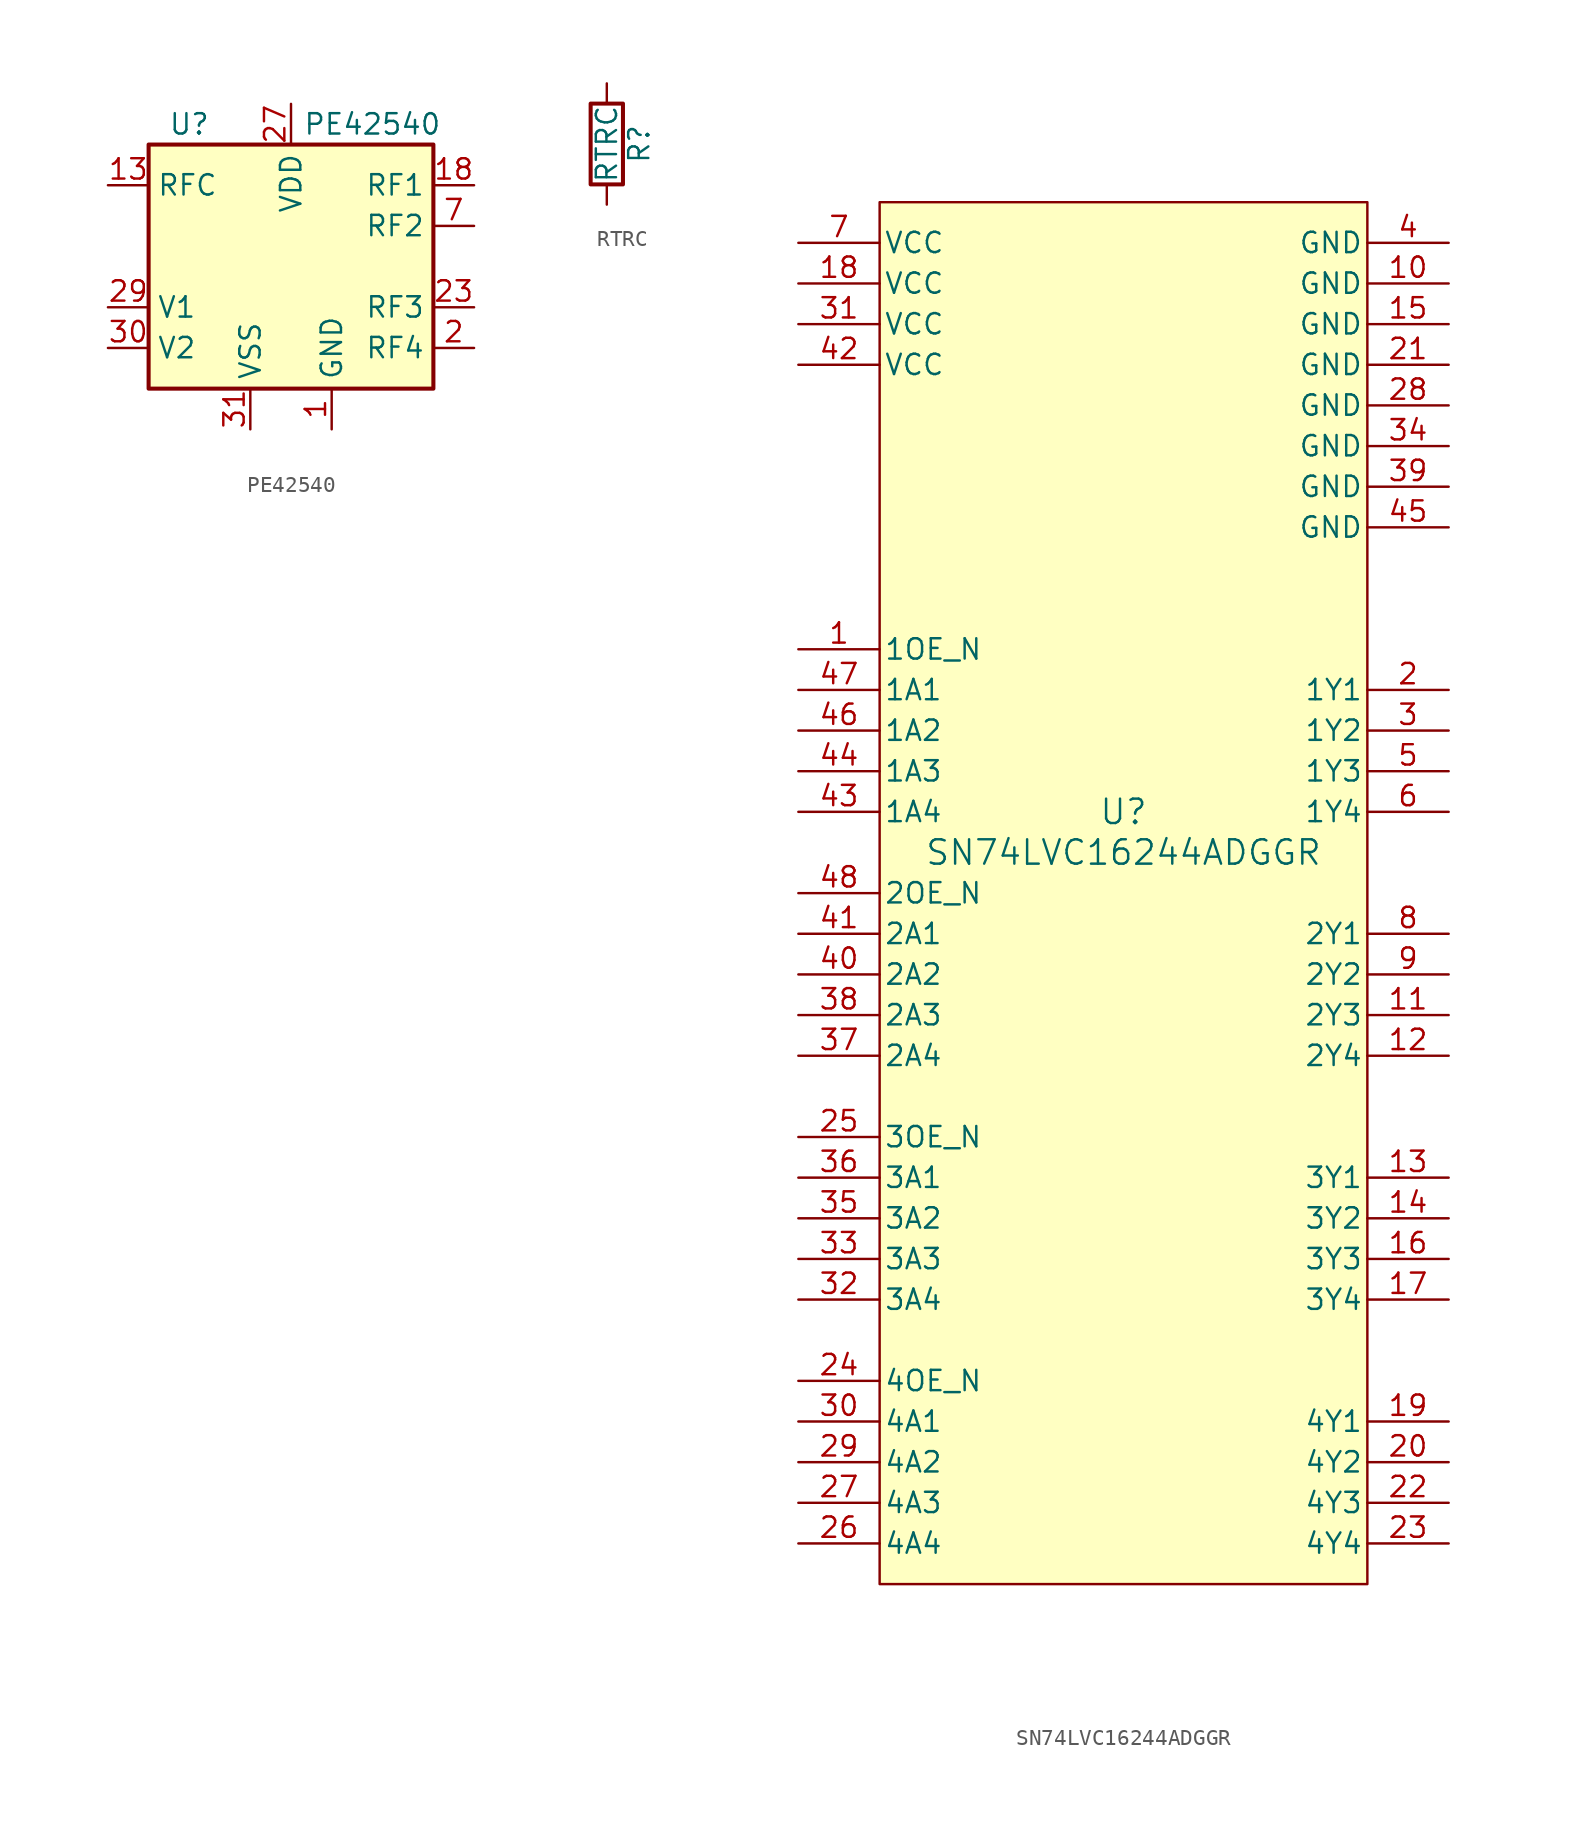
<source format=kicad_sym>
(kicad_symbol_lib
  (version 20231120)
  (generator "kicad_symbol_editor")
  (generator_version "8.0")
  (symbol "PE42540"
    (property "Reference" "U"
      (at -6.35 8.89 0)
      (effects (font (size 1.27 1.27))))
    (property "Value" "PE42540"
      (at 5.08 8.89 0)
      (effects (font (size 1.27 1.27))))
    (symbol "PE42540_0_1"
      (rectangle (start -8.89 7.62) (end 8.89 -7.62) (stroke (width 0.254) (type default)) (fill (type background))))
    (symbol "PE42540_1_0"
      (pin passive line (at 2.54 -10.16 90) (length 2.54) hide (name "GND" (effects (font (size 1.27 1.27)))) (number "12" (effects (font (size 1.27 1.27)))))
      (pin passive line (at 2.54 -10.16 90) (length 2.54) hide (name "GND" (effects (font (size 1.27 1.27)))) (number "14" (effects (font (size 1.27 1.27)))))
      (pin passive line (at 2.54 -10.16 90) (length 2.54) hide (name "GND" (effects (font (size 1.27 1.27)))) (number "15" (effects (font (size 1.27 1.27)))))
      (pin passive line (at 2.54 -10.16 90) (length 2.54) hide (name "GND" (effects (font (size 1.27 1.27)))) (number "16" (effects (font (size 1.27 1.27)))))
      (pin passive line (at 2.54 -10.16 90) (length 2.54) hide (name "GND" (effects (font (size 1.27 1.27)))) (number "17" (effects (font (size 1.27 1.27)))))
      (pin passive line (at 2.54 -10.16 90) (length 2.54) hide (name "GND" (effects (font (size 1.27 1.27)))) (number "19" (effects (font (size 1.27 1.27)))))
      (pin passive line (at 2.54 -10.16 90) (length 2.54) hide (name "GND" (effects (font (size 1.27 1.27)))) (number "20" (effects (font (size 1.27 1.27)))))
      (pin passive line (at 2.54 -10.16 90) (length 2.54) hide (name "GND" (effects (font (size 1.27 1.27)))) (number "21" (effects (font (size 1.27 1.27)))))
      (pin passive line (at 2.54 -10.16 90) (length 2.54) hide (name "GND" (effects (font (size 1.27 1.27)))) (number "22" (effects (font (size 1.27 1.27)))))
      (pin passive line (at 2.54 -10.16 90) (length 2.54) hide (name "GND" (effects (font (size 1.27 1.27)))) (number "24" (effects (font (size 1.27 1.27)))))
      (pin passive line (at 2.54 -10.16 90) (length 2.54) hide (name "GND" (effects (font (size 1.27 1.27)))) (number "25" (effects (font (size 1.27 1.27)))))
      (pin passive line (at 2.54 -10.16 90) (length 2.54) hide (name "GND" (effects (font (size 1.27 1.27)))) (number "26" (effects (font (size 1.27 1.27)))))
      (pin passive line (at 2.54 -10.16 90) (length 2.54) hide (name "GND" (effects (font (size 1.27 1.27)))) (number "28" (effects (font (size 1.27 1.27)))))
      (pin power_in line (at -2.54 -10.16 90) (length 2.54) (name "VSS" (effects (font (size 1.27 1.27)))) (number "31" (effects (font (size 1.27 1.27)))))
      (pin passive line (at 2.54 -10.16 90) (length 2.54) hide (name "GND" (effects (font (size 1.27 1.27)))) (number "32" (effects (font (size 1.27 1.27)))))
      (pin passive line (at 2.54 -10.16 90) (length 2.54) hide (name "GND" (effects (font (size 1.27 1.27)))) (number "P" (effects (font (size 1.27 1.27))))))
    (symbol "PE42540_1_1"
      (pin power_in line (at 2.54 -10.16 90) (length 2.54) (name "GND" (effects (font (size 1.27 1.27)))) (number "1" (effects (font (size 1.27 1.27)))))
      (pin passive line (at 2.54 -10.16 90) (length 2.54) hide (name "GND" (effects (font (size 1.27 1.27)))) (number "10" (effects (font (size 1.27 1.27)))))
      (pin passive line (at 2.54 -10.16 90) (length 2.54) hide (name "GND" (effects (font (size 1.27 1.27)))) (number "11" (effects (font (size 1.27 1.27)))))
      (pin passive line (at -11.43 5.08 0) (length 2.54) (name "RFC" (effects (font (size 1.27 1.27)))) (number "13" (effects (font (size 1.27 1.27)))))
      (pin passive line (at 11.43 5.08 180) (length 2.54) (name "RF1" (effects (font (size 1.27 1.27)))) (number "18" (effects (font (size 1.27 1.27)))))
      (pin passive line (at 11.43 -5.08 180) (length 2.54) (name "RF4" (effects (font (size 1.27 1.27)))) (number "2" (effects (font (size 1.27 1.27)))))
      (pin passive line (at 11.43 -2.54 180) (length 2.54) (name "RF3" (effects (font (size 1.27 1.27)))) (number "23" (effects (font (size 1.27 1.27)))))
      (pin power_in line (at 0 10.16 270) (length 2.54) (name "VDD" (effects (font (size 1.27 1.27)))) (number "27" (effects (font (size 1.27 1.27)))))
      (pin input line (at -11.43 -2.54 0) (length 2.54) (name "V1" (effects (font (size 1.27 1.27)))) (number "29" (effects (font (size 1.27 1.27)))))
      (pin passive line (at 2.54 -10.16 90) (length 2.54) hide (name "GND" (effects (font (size 1.27 1.27)))) (number "3" (effects (font (size 1.27 1.27)))))
      (pin input line (at -11.43 -5.08 0) (length 2.54) (name "V2" (effects (font (size 1.27 1.27)))) (number "30" (effects (font (size 1.27 1.27)))))
      (pin passive line (at 2.54 -10.16 90) (length 2.54) hide (name "GND" (effects (font (size 1.27 1.27)))) (number "4" (effects (font (size 1.27 1.27)))))
      (pin passive line (at 2.54 -10.16 90) (length 2.54) hide (name "GND" (effects (font (size 1.27 1.27)))) (number "5" (effects (font (size 1.27 1.27)))))
      (pin passive line (at 2.54 -10.16 90) (length 2.54) hide (name "GND" (effects (font (size 1.27 1.27)))) (number "6" (effects (font (size 1.27 1.27)))))
      (pin passive line (at 11.43 2.54 180) (length 2.54) (name "RF2" (effects (font (size 1.27 1.27)))) (number "7" (effects (font (size 1.27 1.27)))))
      (pin passive line (at 2.54 -10.16 90) (length 2.54) hide (name "GND" (effects (font (size 1.27 1.27)))) (number "8" (effects (font (size 1.27 1.27)))))
      (pin passive line (at 2.54 -10.16 90) (length 2.54) hide (name "GND" (effects (font (size 1.27 1.27)))) (number "9" (effects (font (size 1.27 1.27)))))))
  (symbol "RTRC"
    (pin_numbers hide)
    (pin_names
      (offset 0))
    (property "Reference" "R"
      (at 2.032 0 90)
      (effects (font (size 1.27 1.27))))
    (property "Value" "RTRC"
      (at 0 0 90)
      (effects (font (size 1.27 1.27))))
    (symbol "RTRC_0_1"
      (rectangle (start -1.016 -2.54) (end 1.016 2.54) (stroke (width 0.254) (type solid)) (fill (type none))))
    (symbol "RTRC_1_1"
      (pin passive line (at 0 -3.81 90) (length 1.27) (name "~" (effects (font (size 1.27 1.27)))) (number "1" (effects (font (size 1.27 1.27)))))
      (pin passive line (at 0 3.81 270) (length 1.27) (name "~" (effects (font (size 1.27 1.27)))) (number "1" (effects (font (size 1.27 1.27)))))))
  (symbol "SN74LVC16244ADGGR"
    (pin_names
      (offset 0.254))
    (property "Reference" "U"
      (at 0 2.54 0)
      (effects (font (size 1.524 1.524))))
    (property "Value" "SN74LVC16244ADGGR"
      (at 0 0 0)
      (effects (font (size 1.524 1.524))))
    (symbol "SN74LVC16244ADGGR_0_1"
      (pin input line (at -20.32 12.7 0) (length 5.08) (name "1OE_N" (effects (font (size 1.27 1.27)))) (number "1" (effects (font (size 1.27 1.27)))))
      (pin power_in line (at 20.32 35.56 180) (length 5.08) (name "GND" (effects (font (size 1.27 1.27)))) (number "10" (effects (font (size 1.27 1.27)))))
      (pin tri_state line (at 20.32 -10.16 180) (length 5.08) (name "2Y3" (effects (font (size 1.27 1.27)))) (number "11" (effects (font (size 1.27 1.27)))))
      (pin tri_state line (at 20.32 -12.7 180) (length 5.08) (name "2Y4" (effects (font (size 1.27 1.27)))) (number "12" (effects (font (size 1.27 1.27)))))
      (pin tri_state line (at 20.32 -20.32 180) (length 5.08) (name "3Y1" (effects (font (size 1.27 1.27)))) (number "13" (effects (font (size 1.27 1.27)))))
      (pin tri_state line (at 20.32 -22.86 180) (length 5.08) (name "3Y2" (effects (font (size 1.27 1.27)))) (number "14" (effects (font (size 1.27 1.27)))))
      (pin power_in line (at 20.32 33.02 180) (length 5.08) (name "GND" (effects (font (size 1.27 1.27)))) (number "15" (effects (font (size 1.27 1.27)))))
      (pin tri_state line (at 20.32 -25.4 180) (length 5.08) (name "3Y3" (effects (font (size 1.27 1.27)))) (number "16" (effects (font (size 1.27 1.27)))))
      (pin tri_state line (at 20.32 -27.94 180) (length 5.08) (name "3Y4" (effects (font (size 1.27 1.27)))) (number "17" (effects (font (size 1.27 1.27)))))
      (pin power_in line (at -20.32 35.56 0) (length 5.08) (name "VCC" (effects (font (size 1.27 1.27)))) (number "18" (effects (font (size 1.27 1.27)))))
      (pin tri_state line (at 20.32 -35.56 180) (length 5.08) (name "4Y1" (effects (font (size 1.27 1.27)))) (number "19" (effects (font (size 1.27 1.27)))))
      (pin tri_state line (at 20.32 10.16 180) (length 5.08) (name "1Y1" (effects (font (size 1.27 1.27)))) (number "2" (effects (font (size 1.27 1.27)))))
      (pin tri_state line (at 20.32 -38.1 180) (length 5.08) (name "4Y2" (effects (font (size 1.27 1.27)))) (number "20" (effects (font (size 1.27 1.27)))))
      (pin power_in line (at 20.32 30.48 180) (length 5.08) (name "GND" (effects (font (size 1.27 1.27)))) (number "21" (effects (font (size 1.27 1.27)))))
      (pin tri_state line (at 20.32 -40.64 180) (length 5.08) (name "4Y3" (effects (font (size 1.27 1.27)))) (number "22" (effects (font (size 1.27 1.27)))))
      (pin tri_state line (at 20.32 -43.18 180) (length 5.08) (name "4Y4" (effects (font (size 1.27 1.27)))) (number "23" (effects (font (size 1.27 1.27)))))
      (pin input line (at -20.32 -33.02 0) (length 5.08) (name "4OE_N" (effects (font (size 1.27 1.27)))) (number "24" (effects (font (size 1.27 1.27)))))
      (pin input line (at -20.32 -17.78 0) (length 5.08) (name "3OE_N" (effects (font (size 1.27 1.27)))) (number "25" (effects (font (size 1.27 1.27)))))
      (pin input line (at -20.32 -43.18 0) (length 5.08) (name "4A4" (effects (font (size 1.27 1.27)))) (number "26" (effects (font (size 1.27 1.27)))))
      (pin input line (at -20.32 -40.64 0) (length 5.08) (name "4A3" (effects (font (size 1.27 1.27)))) (number "27" (effects (font (size 1.27 1.27)))))
      (pin power_in line (at 20.32 27.94 180) (length 5.08) (name "GND" (effects (font (size 1.27 1.27)))) (number "28" (effects (font (size 1.27 1.27)))))
      (pin input line (at -20.32 -38.1 0) (length 5.08) (name "4A2" (effects (font (size 1.27 1.27)))) (number "29" (effects (font (size 1.27 1.27)))))
      (pin tri_state line (at 20.32 7.62 180) (length 5.08) (name "1Y2" (effects (font (size 1.27 1.27)))) (number "3" (effects (font (size 1.27 1.27)))))
      (pin input line (at -20.32 -35.56 0) (length 5.08) (name "4A1" (effects (font (size 1.27 1.27)))) (number "30" (effects (font (size 1.27 1.27)))))
      (pin power_in line (at -20.32 33.02 0) (length 5.08) (name "VCC" (effects (font (size 1.27 1.27)))) (number "31" (effects (font (size 1.27 1.27)))))
      (pin input line (at -20.32 -27.94 0) (length 5.08) (name "3A4" (effects (font (size 1.27 1.27)))) (number "32" (effects (font (size 1.27 1.27)))))
      (pin input line (at -20.32 -25.4 0) (length 5.08) (name "3A3" (effects (font (size 1.27 1.27)))) (number "33" (effects (font (size 1.27 1.27)))))
      (pin power_in line (at 20.32 25.4 180) (length 5.08) (name "GND" (effects (font (size 1.27 1.27)))) (number "34" (effects (font (size 1.27 1.27)))))
      (pin input line (at -20.32 -22.86 0) (length 5.08) (name "3A2" (effects (font (size 1.27 1.27)))) (number "35" (effects (font (size 1.27 1.27)))))
      (pin input line (at -20.32 -20.32 0) (length 5.08) (name "3A1" (effects (font (size 1.27 1.27)))) (number "36" (effects (font (size 1.27 1.27)))))
      (pin input line (at -20.32 -12.7 0) (length 5.08) (name "2A4" (effects (font (size 1.27 1.27)))) (number "37" (effects (font (size 1.27 1.27)))))
      (pin input line (at -20.32 -10.16 0) (length 5.08) (name "2A3" (effects (font (size 1.27 1.27)))) (number "38" (effects (font (size 1.27 1.27)))))
      (pin power_in line (at 20.32 22.86 180) (length 5.08) (name "GND" (effects (font (size 1.27 1.27)))) (number "39" (effects (font (size 1.27 1.27)))))
      (pin power_in line (at 20.32 38.1 180) (length 5.08) (name "GND" (effects (font (size 1.27 1.27)))) (number "4" (effects (font (size 1.27 1.27)))))
      (pin input line (at -20.32 -7.62 0) (length 5.08) (name "2A2" (effects (font (size 1.27 1.27)))) (number "40" (effects (font (size 1.27 1.27)))))
      (pin input line (at -20.32 -5.08 0) (length 5.08) (name "2A1" (effects (font (size 1.27 1.27)))) (number "41" (effects (font (size 1.27 1.27)))))
      (pin power_in line (at -20.32 30.48 0) (length 5.08) (name "VCC" (effects (font (size 1.27 1.27)))) (number "42" (effects (font (size 1.27 1.27)))))
      (pin input line (at -20.32 2.54 0) (length 5.08) (name "1A4" (effects (font (size 1.27 1.27)))) (number "43" (effects (font (size 1.27 1.27)))))
      (pin input line (at -20.32 5.08 0) (length 5.08) (name "1A3" (effects (font (size 1.27 1.27)))) (number "44" (effects (font (size 1.27 1.27)))))
      (pin power_in line (at 20.32 20.32 180) (length 5.08) (name "GND" (effects (font (size 1.27 1.27)))) (number "45" (effects (font (size 1.27 1.27)))))
      (pin input line (at -20.32 7.62 0) (length 5.08) (name "1A2" (effects (font (size 1.27 1.27)))) (number "46" (effects (font (size 1.27 1.27)))))
      (pin input line (at -20.32 10.16 0) (length 5.08) (name "1A1" (effects (font (size 1.27 1.27)))) (number "47" (effects (font (size 1.27 1.27)))))
      (pin input line (at -20.32 -2.54 0) (length 5.08) (name "2OE_N" (effects (font (size 1.27 1.27)))) (number "48" (effects (font (size 1.27 1.27)))))
      (pin tri_state line (at 20.32 5.08 180) (length 5.08) (name "1Y3" (effects (font (size 1.27 1.27)))) (number "5" (effects (font (size 1.27 1.27)))))
      (pin tri_state line (at 20.32 2.54 180) (length 5.08) (name "1Y4" (effects (font (size 1.27 1.27)))) (number "6" (effects (font (size 1.27 1.27)))))
      (pin power_in line (at -20.32 38.1 0) (length 5.08) (name "VCC" (effects (font (size 1.27 1.27)))) (number "7" (effects (font (size 1.27 1.27)))))
      (pin tri_state line (at 20.32 -5.08 180) (length 5.08) (name "2Y1" (effects (font (size 1.27 1.27)))) (number "8" (effects (font (size 1.27 1.27)))))
      (pin tri_state line (at 20.32 -7.62 180) (length 5.08) (name "2Y2" (effects (font (size 1.27 1.27)))) (number "9" (effects (font (size 1.27 1.27))))))
    (symbol "SN74LVC16244ADGGR_1_1"
      (rectangle (start -15.24 40.64) (end 15.24 -45.72) (stroke (width 0) (type default)) (fill (type background))))))
</source>
